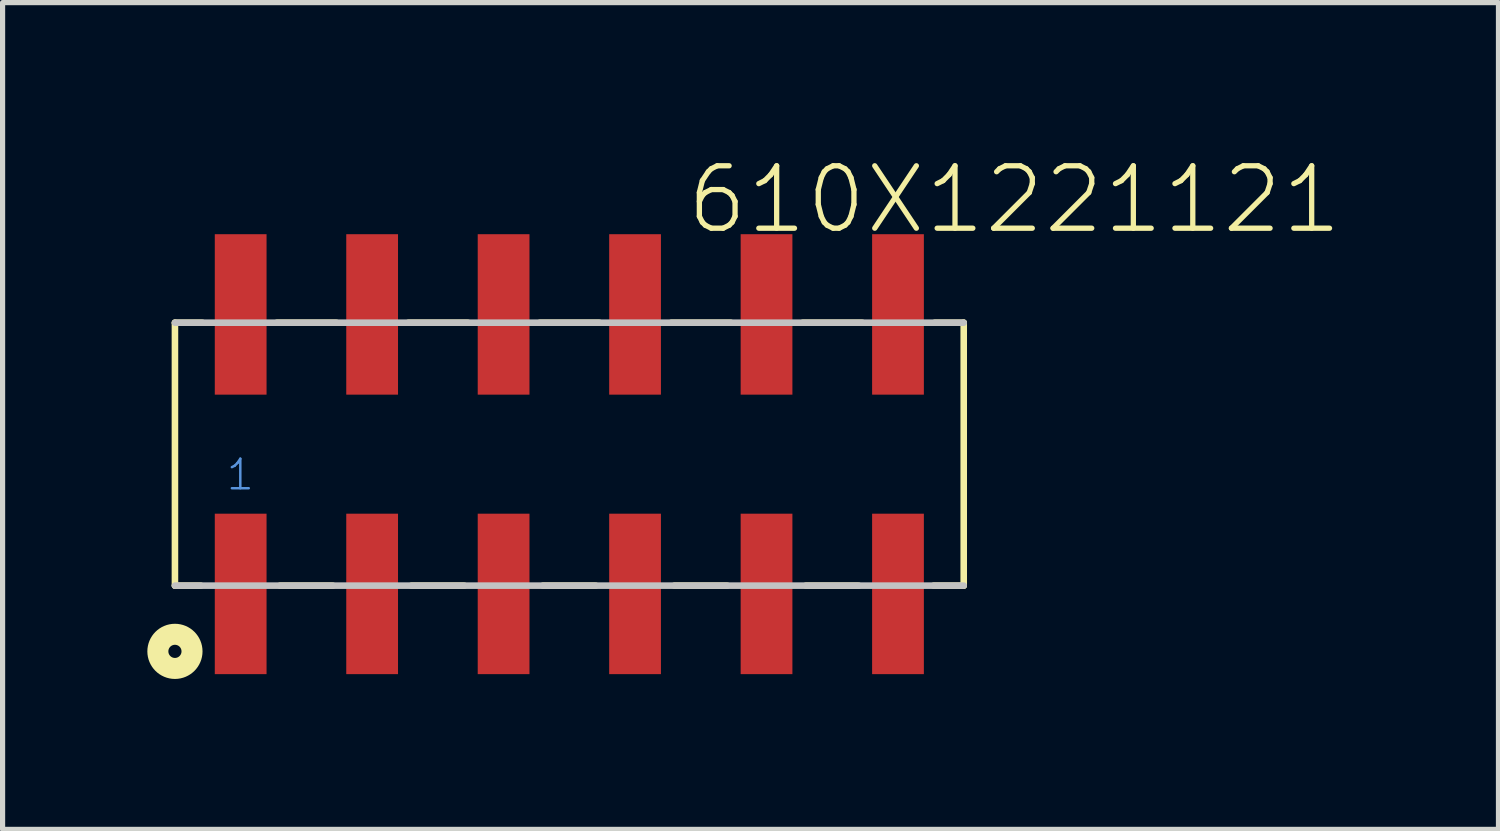
<source format=kicad_pcb>
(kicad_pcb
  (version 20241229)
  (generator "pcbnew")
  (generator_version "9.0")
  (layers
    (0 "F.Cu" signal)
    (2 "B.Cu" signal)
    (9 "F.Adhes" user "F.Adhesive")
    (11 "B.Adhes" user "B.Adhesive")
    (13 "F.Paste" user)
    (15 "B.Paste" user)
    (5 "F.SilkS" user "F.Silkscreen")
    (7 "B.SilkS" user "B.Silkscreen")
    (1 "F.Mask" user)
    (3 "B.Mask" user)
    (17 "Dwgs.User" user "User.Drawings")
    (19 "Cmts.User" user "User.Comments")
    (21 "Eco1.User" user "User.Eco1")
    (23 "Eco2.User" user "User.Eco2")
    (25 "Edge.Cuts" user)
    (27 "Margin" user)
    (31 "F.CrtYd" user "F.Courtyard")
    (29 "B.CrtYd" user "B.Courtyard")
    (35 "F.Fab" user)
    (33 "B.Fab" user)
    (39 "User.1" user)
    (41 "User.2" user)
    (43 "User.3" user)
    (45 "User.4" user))
  (footprint "610X1221121"
    (layer "F.Cu")
    (at 7.95 5.725)
    (property "Reference" "610X1221121" (at 8.6 -4.213 0) (layer "F.SilkS") (effects (font (size 1.206 1.206) (thickness 0.102)) (justify bottom)))
    (attr through_hole)
    (fp_line (start -7.62 -2.54) (end -7.62 2.54) (stroke (width 0.127) (type solid)) (layer "F.SilkS"))
    (fp_line (start -7.12 2.54) (end -7.62 2.54) (stroke (width 0.127) (type solid)) (layer "F.SilkS"))
    (fp_line (start -7.09 -2.54) (end -7.62 -2.54) (stroke (width 0.127) (type solid)) (layer "F.SilkS"))
    (fp_line (start -5.65 -2.54) (end -4.5 -2.54) (stroke (width 0.127) (type solid)) (layer "F.SilkS"))
    (fp_line (start -5.59 2.54) (end -4.57 2.54) (stroke (width 0.127) (type solid)) (layer "F.SilkS"))
    (fp_line (start -3.11 -2.54) (end -1.96 -2.54) (stroke (width 0.127) (type solid)) (layer "F.SilkS"))
    (fp_line (start -3.05 2.54) (end -2.03 2.54) (stroke (width 0.127) (type solid)) (layer "F.SilkS"))
    (fp_line (start -0.57 -2.54) (end 0.58 -2.54) (stroke (width 0.127) (type solid)) (layer "F.SilkS"))
    (fp_line (start -0.51 2.54) (end 0.51 2.54) (stroke (width 0.127) (type solid)) (layer "F.SilkS"))
    (fp_line (start 1.97 -2.54) (end 3.12 -2.54) (stroke (width 0.127) (type solid)) (layer "F.SilkS"))
    (fp_line (start 2.03 2.54) (end 3.05 2.54) (stroke (width 0.127) (type solid)) (layer "F.SilkS"))
    (fp_line (start 4.51 -2.54) (end 5.66 -2.54) (stroke (width 0.127) (type solid)) (layer "F.SilkS"))
    (fp_line (start 4.57 2.54) (end 5.59 2.54) (stroke (width 0.127) (type solid)) (layer "F.SilkS"))
    (fp_line (start 7.04 2.54) (end 7.62 2.54) (stroke (width 0.127) (type solid)) (layer "F.SilkS"))
    (fp_line (start 7.06 -2.54) (end 7.62 -2.54) (stroke (width 0.127) (type solid)) (layer "F.SilkS"))
    (fp_line (start 7.62 2.54) (end 7.62 -2.54) (stroke (width 0.127) (type solid)) (layer "F.SilkS"))
    (fp_circle (center -7.62 3.81) (end -7.493 3.81) (stroke (width 0.406) (type solid)) (fill no) (layer "F.SilkS"))
    (fp_line (start -7.62 2.54) (end 7.62 2.54) (stroke (width 0.127) (type solid)) (layer "Dwgs.User"))
    (fp_line (start 7.62 -2.54) (end -7.62 -2.54) (stroke (width 0.127) (type solid)) (layer "Dwgs.User"))
    (fp_text user "1" (at -6.66 0.73 0) (layer "Cmts.User") (effects (font (size 0.57 0.57) (thickness 0.048)) (justify left bottom)))
    (pad "1" smd rect (at -6.35 2.7 90) (size 3.1 1) (layers "F.Cu" "F.Mask" "F.Paste"))
    (pad "2" smd rect (at -6.35 -2.7 90) (size 3.1 1) (layers "F.Cu" "F.Mask" "F.Paste"))
    (pad "3" smd rect (at -3.81 2.7 90) (size 3.1 1) (layers "F.Cu" "F.Mask" "F.Paste"))
    (pad "4" smd rect (at -3.81 -2.7 90) (size 3.1 1) (layers "F.Cu" "F.Mask" "F.Paste"))
    (pad "5" smd rect (at -1.27 2.7 90) (size 3.1 1) (layers "F.Cu" "F.Mask" "F.Paste"))
    (pad "6" smd rect (at -1.27 -2.7 90) (size 3.1 1) (layers "F.Cu" "F.Mask" "F.Paste"))
    (pad "7" smd rect (at 1.27 2.7 90) (size 3.1 1) (layers "F.Cu" "F.Mask" "F.Paste"))
    (pad "8" smd rect (at 1.27 -2.7 90) (size 3.1 1) (layers "F.Cu" "F.Mask" "F.Paste"))
    (pad "9" smd rect (at 3.81 2.7 90) (size 3.1 1) (layers "F.Cu" "F.Mask" "F.Paste"))
    (pad "10" smd rect (at 3.81 -2.7 90) (size 3.1 1) (layers "F.Cu" "F.Mask" "F.Paste"))
    (pad "11" smd rect (at 6.35 2.7 90) (size 3.1 1) (layers "F.Cu" "F.Mask" "F.Paste"))
    (pad "12" smd rect (at 6.35 -2.7 90) (size 3.1 1) (layers "F.Cu" "F.Mask" "F.Paste")))
  (gr_rect
    (start -3 -3)
    (end 25.902 12.975)
    (stroke (width 0.1) (type default))
    (fill no)
    (layer "Edge.Cuts")))
</source>
